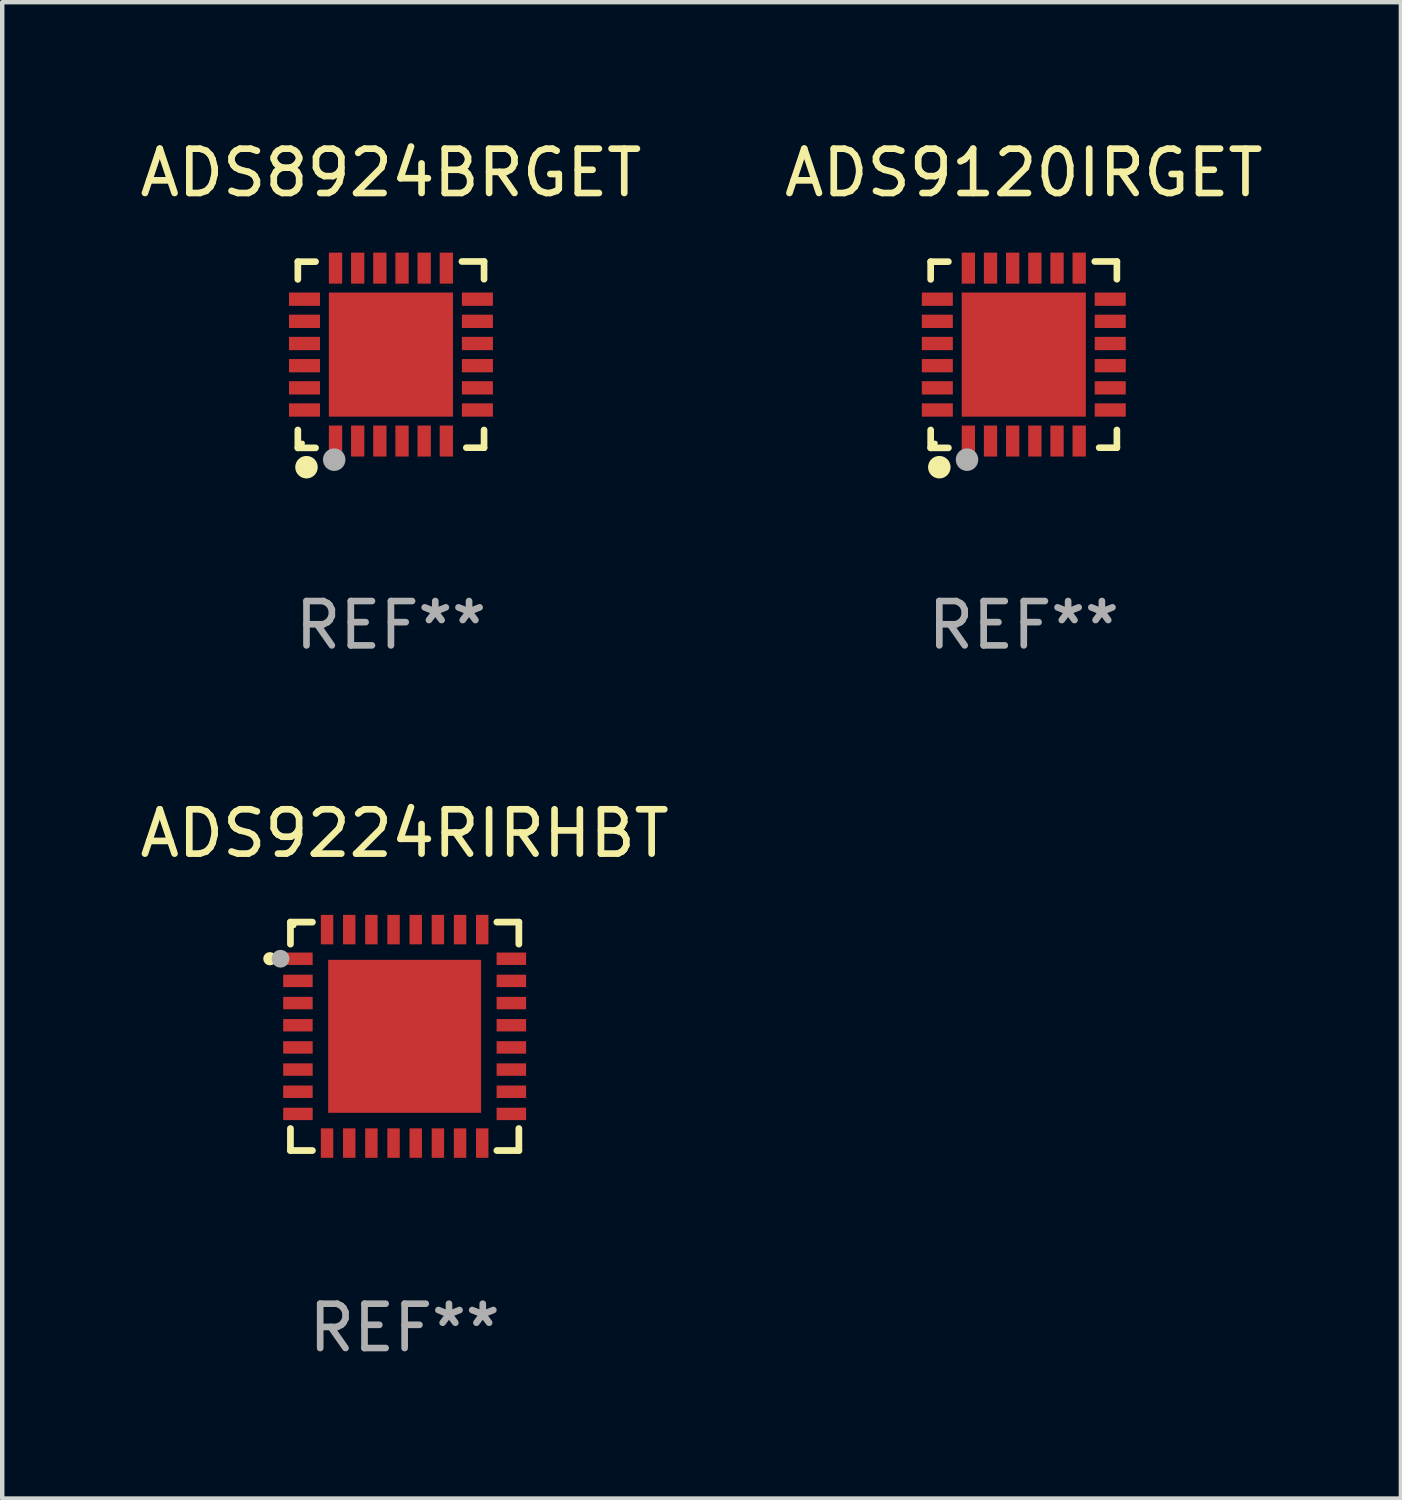
<source format=kicad_pcb>
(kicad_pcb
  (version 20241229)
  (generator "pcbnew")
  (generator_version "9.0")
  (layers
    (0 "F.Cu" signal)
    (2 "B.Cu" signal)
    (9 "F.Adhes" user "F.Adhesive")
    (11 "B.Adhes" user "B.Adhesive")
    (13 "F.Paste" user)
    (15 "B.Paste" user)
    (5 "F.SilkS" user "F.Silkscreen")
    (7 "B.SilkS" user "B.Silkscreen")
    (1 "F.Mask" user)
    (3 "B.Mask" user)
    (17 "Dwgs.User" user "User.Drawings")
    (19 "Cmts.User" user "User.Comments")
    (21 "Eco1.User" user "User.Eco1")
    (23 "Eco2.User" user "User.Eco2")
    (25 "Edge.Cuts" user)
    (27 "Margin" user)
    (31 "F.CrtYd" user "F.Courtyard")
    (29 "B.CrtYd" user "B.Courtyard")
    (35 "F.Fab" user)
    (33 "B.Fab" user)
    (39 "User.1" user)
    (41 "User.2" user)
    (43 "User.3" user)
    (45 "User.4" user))
  (footprint "ADS9120IRGET"
    (layer "F.Cu")
    (at 20.042 4.95)
    (property "Reference" "ADS9120IRGET" (at 0 -4.102 0) (layer "F.SilkS") (effects (font (size 1 1) (thickness 0.15))))
    (attr through_hole)
    (fp_line (start -2.1 -2.098) (end -1.7 -2.098) (stroke (width 0.15) (type solid)) (layer "F.SilkS"))
    (fp_line (start -2.1 -1.698) (end -2.1 -2.098) (stroke (width 0.15) (type solid)) (layer "F.SilkS"))
    (fp_line (start -2.1 2.102) (end -2.1 1.698) (stroke (width 0.15) (type solid)) (layer "F.SilkS"))
    (fp_line (start -1.7 2.102) (end -2.1 2.102) (stroke (width 0.15) (type solid)) (layer "F.SilkS"))
    (fp_line (start 1.6 -2.102) (end 2.1 -2.102) (stroke (width 0.15) (type solid)) (layer "F.SilkS"))
    (fp_line (start 1.7 2.098) (end 2.1 2.098) (stroke (width 0.15) (type solid)) (layer "F.SilkS"))
    (fp_line (start 2.1 -2.102) (end 2.1 -1.702) (stroke (width 0.15) (type solid)) (layer "F.SilkS"))
    (fp_line (start 2.1 2.098) (end 2.1 1.698) (stroke (width 0.15) (type solid)) (layer "F.SilkS"))
    (fp_circle (center -2 1.998) (end -1.97 1.998) (stroke (width 0.06) (type solid)) (fill no) (layer "F.SilkS"))
    (fp_circle (center -1.905 2.538) (end -1.778 2.538) (stroke (width 0.254) (type solid)) (fill no) (layer "F.SilkS"))
    (fp_circle (center -1.28 2.368) (end -1.153 2.368) (stroke (width 0.254) (type solid)) (fill no) (layer "F.Fab"))
    (fp_text user "REF**" (at 0 6.102 0) (layer "F.Fab") (effects (font (size 1 1) (thickness 0.15))))
    (pad "1" smd rect (at -1.25 1.948 180) (size 0.3 0.7) (layers "F.Cu" "F.Mask" "F.Paste"))
    (pad "2" smd rect (at -0.75 1.948 180) (size 0.3 0.7) (layers "F.Cu" "F.Mask" "F.Paste"))
    (pad "3" smd rect (at -0.25 1.948 180) (size 0.3 0.7) (layers "F.Cu" "F.Mask" "F.Paste"))
    (pad "4" smd rect (at 0.25 1.948 180) (size 0.3 0.7) (layers "F.Cu" "F.Mask" "F.Paste"))
    (pad "5" smd rect (at 0.75 1.948 180) (size 0.3 0.7) (layers "F.Cu" "F.Mask" "F.Paste"))
    (pad "6" smd rect (at 1.25 1.948 180) (size 0.3 0.7) (layers "F.Cu" "F.Mask" "F.Paste"))
    (pad "7" smd rect (at 1.95 1.248 270) (size 0.3 0.7) (layers "F.Cu" "F.Mask" "F.Paste"))
    (pad "8" smd rect (at 1.95 0.748 270) (size 0.3 0.7) (layers "F.Cu" "F.Mask" "F.Paste"))
    (pad "9" smd rect (at 1.95 0.248 270) (size 0.3 0.7) (layers "F.Cu" "F.Mask" "F.Paste"))
    (pad "10" smd rect (at 1.95 -0.252 270) (size 0.3 0.7) (layers "F.Cu" "F.Mask" "F.Paste"))
    (pad "11" smd rect (at 1.95 -0.752 270) (size 0.3 0.7) (layers "F.Cu" "F.Mask" "F.Paste"))
    (pad "12" smd rect (at 1.95 -1.252 270) (size 0.3 0.7) (layers "F.Cu" "F.Mask" "F.Paste"))
    (pad "13" smd rect (at 1.25 -1.952) (size 0.3 0.7) (layers "F.Cu" "F.Mask" "F.Paste"))
    (pad "14" smd rect (at 0.75 -1.952) (size 0.3 0.7) (layers "F.Cu" "F.Mask" "F.Paste"))
    (pad "15" smd rect (at 0.25 -1.952) (size 0.3 0.7) (layers "F.Cu" "F.Mask" "F.Paste"))
    (pad "16" smd rect (at -0.25 -1.952) (size 0.3 0.7) (layers "F.Cu" "F.Mask" "F.Paste"))
    (pad "17" smd rect (at -0.75 -1.952) (size 0.3 0.7) (layers "F.Cu" "F.Mask" "F.Paste"))
    (pad "18" smd rect (at -1.25 -1.952) (size 0.3 0.7) (layers "F.Cu" "F.Mask" "F.Paste"))
    (pad "19" smd rect (at -1.95 -1.252 90) (size 0.3 0.7) (layers "F.Cu" "F.Mask" "F.Paste"))
    (pad "20" smd rect (at -1.95 -0.752 90) (size 0.3 0.7) (layers "F.Cu" "F.Mask" "F.Paste"))
    (pad "21" smd rect (at -1.95 -0.252 90) (size 0.3 0.7) (layers "F.Cu" "F.Mask" "F.Paste"))
    (pad "22" smd rect (at -1.95 0.248 90) (size 0.3 0.7) (layers "F.Cu" "F.Mask" "F.Paste"))
    (pad "23" smd rect (at -1.95 0.748 90) (size 0.3 0.7) (layers "F.Cu" "F.Mask" "F.Paste"))
    (pad "24" smd rect (at -1.95 1.248 90) (size 0.3 0.7) (layers "F.Cu" "F.Mask" "F.Paste"))
    (pad "25" smd rect (at 0.000038 -0.002) (size 2.8 2.8) (layers "F.Cu" "F.Mask" "F.Paste")))
  (footprint "ADS9224RIRHBT"
    (layer "F.Cu")
    (at 6.077 20.325)
    (property "Reference" "ADS9224RIRHBT" (at 0 -4.576 0) (layer "F.SilkS") (effects (font (size 1 1) (thickness 0.15))))
    (attr through_hole)
    (fp_line (start -2.576 -2.576) (end -2.576 -2.08) (stroke (width 0.152) (type solid)) (layer "F.SilkS"))
    (fp_line (start -2.576 2.576) (end -2.576 2.08) (stroke (width 0.152) (type solid)) (layer "F.SilkS"))
    (fp_line (start -2.08 -2.576) (end -2.576 -2.576) (stroke (width 0.152) (type solid)) (layer "F.SilkS"))
    (fp_line (start -2.08 2.576) (end -2.576 2.576) (stroke (width 0.152) (type solid)) (layer "F.SilkS"))
    (fp_line (start 2.08 -2.576) (end 2.576 -2.576) (stroke (width 0.152) (type solid)) (layer "F.SilkS"))
    (fp_line (start 2.08 2.576) (end 2.576 2.576) (stroke (width 0.152) (type solid)) (layer "F.SilkS"))
    (fp_line (start 2.576 -2.576) (end 2.576 -2.08) (stroke (width 0.152) (type solid)) (layer "F.SilkS"))
    (fp_line (start 2.576 2.576) (end 2.576 2.08) (stroke (width 0.152) (type solid)) (layer "F.SilkS"))
    (fp_circle (center -3.04 -1.75) (end -2.965 -1.75) (stroke (width 0.15) (type solid)) (fill no) (layer "F.SilkS"))
    (fp_circle (center -2.5 -2.5) (end -2.47 -2.5) (stroke (width 0.06) (type solid)) (fill no) (layer "F.SilkS"))
    (fp_circle (center -2.8 -1.75) (end -2.7 -1.75) (stroke (width 0.2) (type solid)) (fill no) (layer "F.Fab"))
    (fp_text user "REF**" (at 0 6.576 0) (layer "F.Fab") (effects (font (size 1 1) (thickness 0.15))))
    (pad "1" smd rect (at -2.407 -1.75) (size 0.665 0.28) (layers "F.Cu" "F.Mask" "F.Paste"))
    (pad "2" smd rect (at -2.407 -1.25) (size 0.665 0.28) (layers "F.Cu" "F.Mask" "F.Paste"))
    (pad "3" smd rect (at -2.407 -0.75) (size 0.665 0.28) (layers "F.Cu" "F.Mask" "F.Paste"))
    (pad "4" smd rect (at -2.407 -0.25) (size 0.665 0.28) (layers "F.Cu" "F.Mask" "F.Paste"))
    (pad "5" smd rect (at -2.407 0.25) (size 0.665 0.28) (layers "F.Cu" "F.Mask" "F.Paste"))
    (pad "6" smd rect (at -2.407 0.75) (size 0.665 0.28) (layers "F.Cu" "F.Mask" "F.Paste"))
    (pad "7" smd rect (at -2.407 1.25) (size 0.665 0.28) (layers "F.Cu" "F.Mask" "F.Paste"))
    (pad "8" smd rect (at -2.407 1.75) (size 0.665 0.28) (layers "F.Cu" "F.Mask" "F.Paste"))
    (pad "9" smd rect (at -1.75 2.408) (size 0.28 0.665) (layers "F.Cu" "F.Mask" "F.Paste"))
    (pad "10" smd rect (at -1.25 2.408) (size 0.28 0.665) (layers "F.Cu" "F.Mask" "F.Paste"))
    (pad "11" smd rect (at -0.75 2.408) (size 0.28 0.665) (layers "F.Cu" "F.Mask" "F.Paste"))
    (pad "12" smd rect (at -0.25 2.408) (size 0.28 0.665) (layers "F.Cu" "F.Mask" "F.Paste"))
    (pad "13" smd rect (at 0.25 2.408) (size 0.28 0.665) (layers "F.Cu" "F.Mask" "F.Paste"))
    (pad "14" smd rect (at 0.75 2.408) (size 0.28 0.665) (layers "F.Cu" "F.Mask" "F.Paste"))
    (pad "15" smd rect (at 1.25 2.408) (size 0.28 0.665) (layers "F.Cu" "F.Mask" "F.Paste"))
    (pad "16" smd rect (at 1.75 2.408) (size 0.28 0.665) (layers "F.Cu" "F.Mask" "F.Paste"))
    (pad "17" smd rect (at 2.407 1.75) (size 0.665 0.28) (layers "F.Cu" "F.Mask" "F.Paste"))
    (pad "18" smd rect (at 2.407 1.25) (size 0.665 0.28) (layers "F.Cu" "F.Mask" "F.Paste"))
    (pad "19" smd rect (at 2.407 0.75) (size 0.665 0.28) (layers "F.Cu" "F.Mask" "F.Paste"))
    (pad "20" smd rect (at 2.407 0.25) (size 0.665 0.28) (layers "F.Cu" "F.Mask" "F.Paste"))
    (pad "21" smd rect (at 2.407 -0.25) (size 0.665 0.28) (layers "F.Cu" "F.Mask" "F.Paste"))
    (pad "22" smd rect (at 2.407 -0.75) (size 0.665 0.28) (layers "F.Cu" "F.Mask" "F.Paste"))
    (pad "23" smd rect (at 2.407 -1.25) (size 0.665 0.28) (layers "F.Cu" "F.Mask" "F.Paste"))
    (pad "24" smd rect (at 2.407 -1.75) (size 0.665 0.28) (layers "F.Cu" "F.Mask" "F.Paste"))
    (pad "25" smd rect (at 1.75 -2.407) (size 0.28 0.665) (layers "F.Cu" "F.Mask" "F.Paste"))
    (pad "26" smd rect (at 1.25 -2.407) (size 0.28 0.665) (layers "F.Cu" "F.Mask" "F.Paste"))
    (pad "27" smd rect (at 0.75 -2.407) (size 0.28 0.665) (layers "F.Cu" "F.Mask" "F.Paste"))
    (pad "28" smd rect (at 0.25 -2.407) (size 0.28 0.665) (layers "F.Cu" "F.Mask" "F.Paste"))
    (pad "29" smd rect (at -0.25 -2.407) (size 0.28 0.665) (layers "F.Cu" "F.Mask" "F.Paste"))
    (pad "30" smd rect (at -0.75 -2.407) (size 0.28 0.665) (layers "F.Cu" "F.Mask" "F.Paste"))
    (pad "31" smd rect (at -1.25 -2.407) (size 0.28 0.665) (layers "F.Cu" "F.Mask" "F.Paste"))
    (pad "32" smd rect (at -1.75 -2.407) (size 0.28 0.665) (layers "F.Cu" "F.Mask" "F.Paste"))
    (pad "33" smd rect (at 0.000025 0.000127) (size 3.45 3.45) (layers "F.Cu" "F.Mask" "F.Paste")))
  (footprint "ADS8924BRGET"
    (layer "F.Cu")
    (at 5.768 4.95)
    (property "Reference" "ADS8924BRGET" (at 0 -4.102 0) (layer "F.SilkS") (effects (font (size 1 1) (thickness 0.15))))
    (attr through_hole)
    (fp_line (start -2.1 -2.098) (end -1.7 -2.098) (stroke (width 0.15) (type solid)) (layer "F.SilkS"))
    (fp_line (start -2.1 -1.698) (end -2.1 -2.098) (stroke (width 0.15) (type solid)) (layer "F.SilkS"))
    (fp_line (start -2.1 2.102) (end -2.1 1.698) (stroke (width 0.15) (type solid)) (layer "F.SilkS"))
    (fp_line (start -1.7 2.102) (end -2.1 2.102) (stroke (width 0.15) (type solid)) (layer "F.SilkS"))
    (fp_line (start 1.6 -2.102) (end 2.1 -2.102) (stroke (width 0.15) (type solid)) (layer "F.SilkS"))
    (fp_line (start 1.7 2.098) (end 2.1 2.098) (stroke (width 0.15) (type solid)) (layer "F.SilkS"))
    (fp_line (start 2.1 -2.102) (end 2.1 -1.702) (stroke (width 0.15) (type solid)) (layer "F.SilkS"))
    (fp_line (start 2.1 2.098) (end 2.1 1.698) (stroke (width 0.15) (type solid)) (layer "F.SilkS"))
    (fp_circle (center -2 1.998) (end -1.97 1.998) (stroke (width 0.06) (type solid)) (fill no) (layer "F.SilkS"))
    (fp_circle (center -1.905 2.538) (end -1.778 2.538) (stroke (width 0.254) (type solid)) (fill no) (layer "F.SilkS"))
    (fp_circle (center -1.28 2.368) (end -1.153 2.368) (stroke (width 0.254) (type solid)) (fill no) (layer "F.Fab"))
    (fp_text user "REF**" (at 0 6.102 0) (layer "F.Fab") (effects (font (size 1 1) (thickness 0.15))))
    (pad "1" smd rect (at -1.25 1.948 180) (size 0.3 0.7) (layers "F.Cu" "F.Mask" "F.Paste"))
    (pad "2" smd rect (at -0.75 1.948 180) (size 0.3 0.7) (layers "F.Cu" "F.Mask" "F.Paste"))
    (pad "3" smd rect (at -0.25 1.948 180) (size 0.3 0.7) (layers "F.Cu" "F.Mask" "F.Paste"))
    (pad "4" smd rect (at 0.25 1.948 180) (size 0.3 0.7) (layers "F.Cu" "F.Mask" "F.Paste"))
    (pad "5" smd rect (at 0.75 1.948 180) (size 0.3 0.7) (layers "F.Cu" "F.Mask" "F.Paste"))
    (pad "6" smd rect (at 1.25 1.948 180) (size 0.3 0.7) (layers "F.Cu" "F.Mask" "F.Paste"))
    (pad "7" smd rect (at 1.95 1.248 270) (size 0.3 0.7) (layers "F.Cu" "F.Mask" "F.Paste"))
    (pad "8" smd rect (at 1.95 0.748 270) (size 0.3 0.7) (layers "F.Cu" "F.Mask" "F.Paste"))
    (pad "9" smd rect (at 1.95 0.248 270) (size 0.3 0.7) (layers "F.Cu" "F.Mask" "F.Paste"))
    (pad "10" smd rect (at 1.95 -0.252 270) (size 0.3 0.7) (layers "F.Cu" "F.Mask" "F.Paste"))
    (pad "11" smd rect (at 1.95 -0.752 270) (size 0.3 0.7) (layers "F.Cu" "F.Mask" "F.Paste"))
    (pad "12" smd rect (at 1.95 -1.252 270) (size 0.3 0.7) (layers "F.Cu" "F.Mask" "F.Paste"))
    (pad "13" smd rect (at 1.25 -1.952) (size 0.3 0.7) (layers "F.Cu" "F.Mask" "F.Paste"))
    (pad "14" smd rect (at 0.75 -1.952) (size 0.3 0.7) (layers "F.Cu" "F.Mask" "F.Paste"))
    (pad "15" smd rect (at 0.25 -1.952) (size 0.3 0.7) (layers "F.Cu" "F.Mask" "F.Paste"))
    (pad "16" smd rect (at -0.25 -1.952) (size 0.3 0.7) (layers "F.Cu" "F.Mask" "F.Paste"))
    (pad "17" smd rect (at -0.75 -1.952) (size 0.3 0.7) (layers "F.Cu" "F.Mask" "F.Paste"))
    (pad "18" smd rect (at -1.25 -1.952) (size 0.3 0.7) (layers "F.Cu" "F.Mask" "F.Paste"))
    (pad "19" smd rect (at -1.95 -1.252 90) (size 0.3 0.7) (layers "F.Cu" "F.Mask" "F.Paste"))
    (pad "20" smd rect (at -1.95 -0.752 90) (size 0.3 0.7) (layers "F.Cu" "F.Mask" "F.Paste"))
    (pad "21" smd rect (at -1.95 -0.252 90) (size 0.3 0.7) (layers "F.Cu" "F.Mask" "F.Paste"))
    (pad "22" smd rect (at -1.95 0.248 90) (size 0.3 0.7) (layers "F.Cu" "F.Mask" "F.Paste"))
    (pad "23" smd rect (at -1.95 0.748 90) (size 0.3 0.7) (layers "F.Cu" "F.Mask" "F.Paste"))
    (pad "24" smd rect (at -1.95 1.248 90) (size 0.3 0.7) (layers "F.Cu" "F.Mask" "F.Paste"))
    (pad "25" smd rect (at 0.000038 -0.002) (size 2.8 2.8) (layers "F.Cu" "F.Mask" "F.Paste")))
  (gr_rect
    (start -3 -3)
    (end 28.548 30.75)
    (stroke (width 0.1) (type default))
    (fill no)
    (layer "Edge.Cuts")))
</source>
